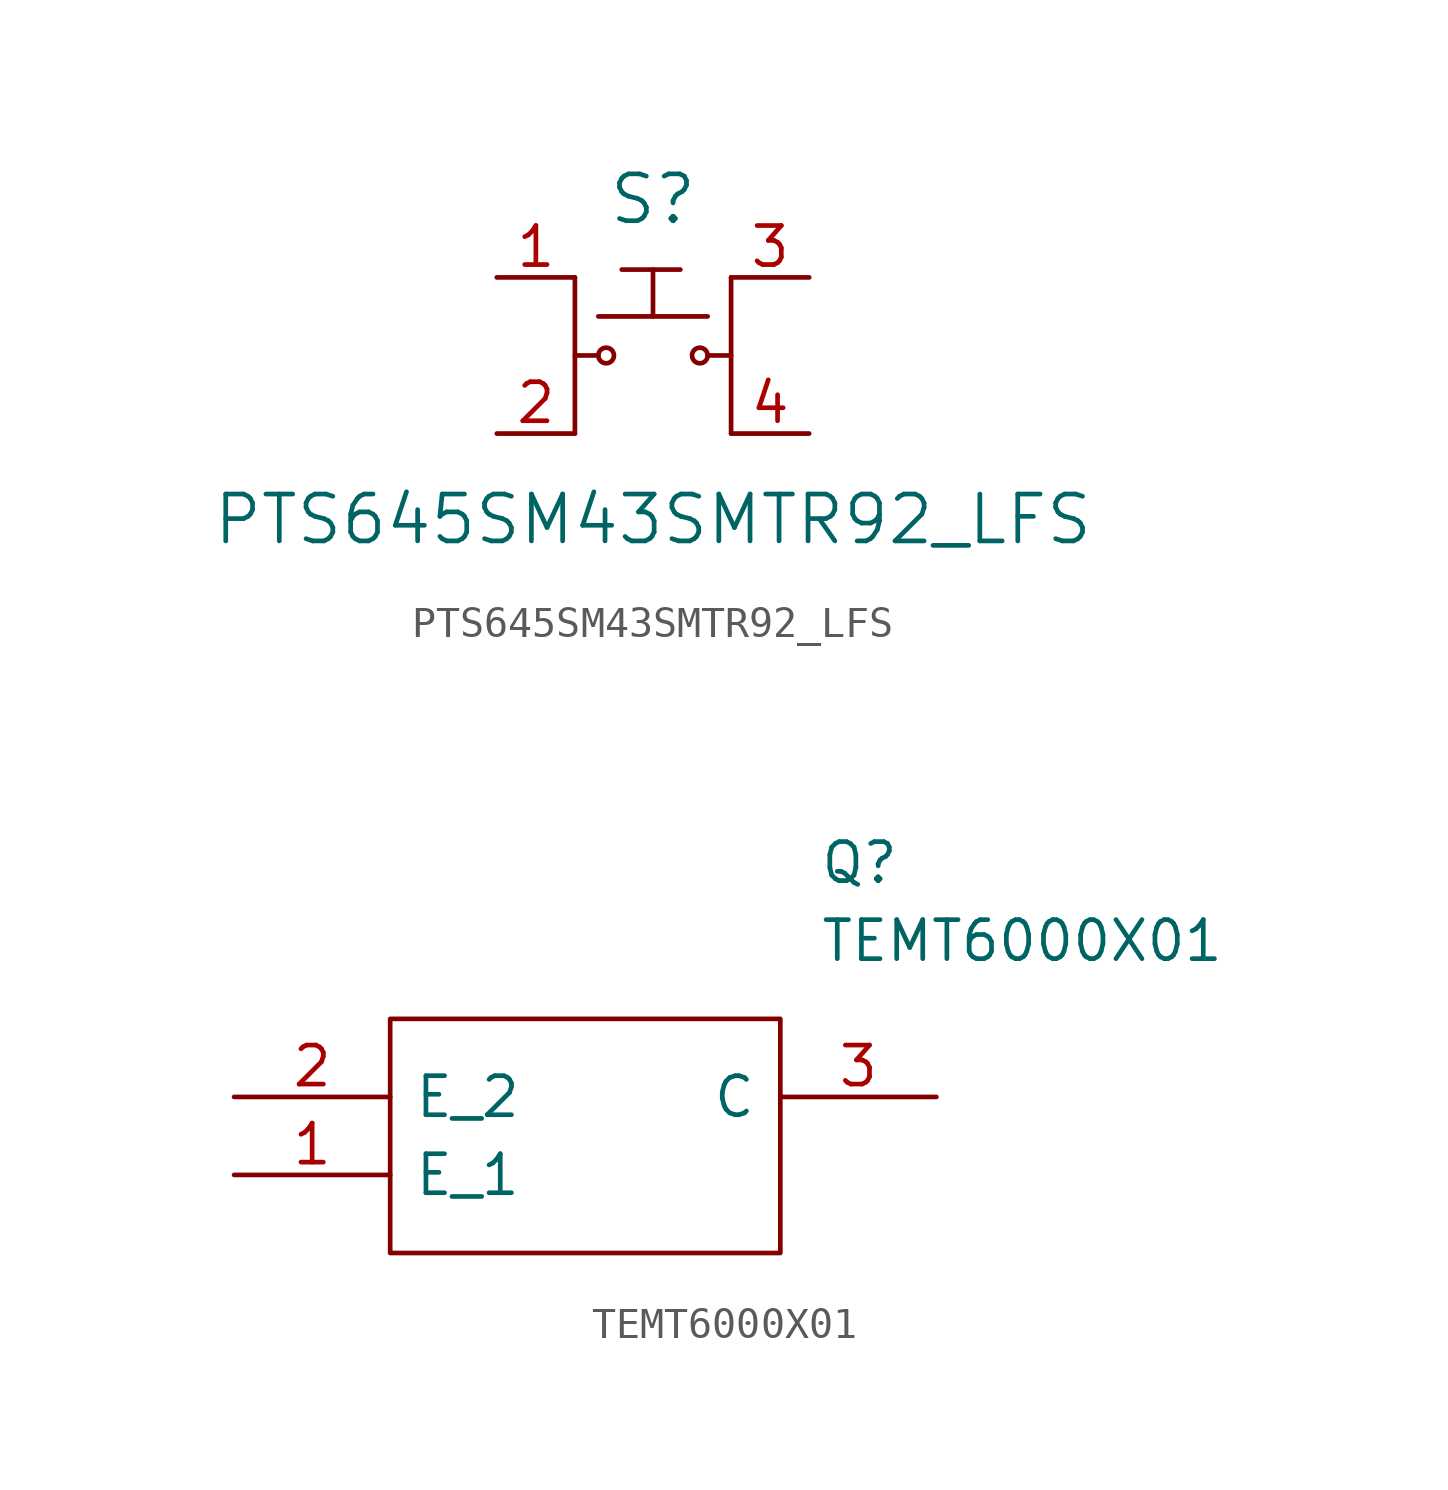
<source format=kicad_sym>
(kicad_symbol_lib
  (version 20211014)
  (generator kicad_symbol_editor)
  (symbol "PTS645SM43SMTR92_LFS"
    (pin_names
      (offset 1.016))
    (property "Reference" "S"
      (at 0 5.08 0)
      (effects (font (size 1.524 1.524))))
    (property "Value" "PTS645SM43SMTR92_LFS"
      (at 0 -5.334 0)
      (effects (font (size 1.524 1.524))))
    (symbol "PTS645SM43SMTR92_LFS_0_1"
      (circle (center -1.524 0) (radius 0.254) (stroke (width 0) (type default) (color 0 0 0 0)) (fill (type none)))
      (polyline (pts (xy -2.54 2.54) (xy -2.54 -2.54)) (stroke (width 0) (type default) (color 0 0 0 0)) (fill (type none)))
      (polyline (pts (xy -1.778 0) (xy -2.54 0)) (stroke (width 0) (type default) (color 0 0 0 0)) (fill (type none)))
      (polyline (pts (xy -1.778 1.27) (xy 1.778 1.27)) (stroke (width 0) (type default) (color 0 0 0 0)) (fill (type none)))
      (polyline (pts (xy 2.54 -2.54) (xy 2.54 2.54)) (stroke (width 0) (type default) (color 0 0 0 0)) (fill (type none)))
      (polyline (pts (xy 2.54 0) (xy 1.778 0)) (stroke (width 0) (type default) (color 0 0 0 0)) (fill (type none)))
      (circle (center 1.524 0) (radius 0.254) (stroke (width 0) (type default) (color 0 0 0 0)) (fill (type none))))
    (symbol "PTS645SM43SMTR92_LFS_1_1"
      (polyline (pts (xy -1.016 2.794) (xy 0.889 2.794)) (stroke (width 0) (type default) (color 0 0 0 0)) (fill (type none)))
      (polyline (pts (xy 0 2.794) (xy 0 1.27)) (stroke (width 0) (type default) (color 0 0 0 0)) (fill (type none)))
      (pin passive line (at -5.08 2.54 0) (length 2.54) (name "~" (effects (font (size 1.27 1.27)))) (number "1" (effects (font (size 1.27 1.27)))))
      (pin passive line (at -5.08 -2.54 0) (length 2.54) (name "~" (effects (font (size 1.27 1.27)))) (number "2" (effects (font (size 1.27 1.27)))))
      (pin passive line (at 5.08 2.54 180) (length 2.54) (name "~" (effects (font (size 1.27 1.27)))) (number "3" (effects (font (size 1.27 1.27)))))
      (pin passive line (at 5.08 -2.54 180) (length 2.54) (name "~" (effects (font (size 1.27 1.27)))) (number "4" (effects (font (size 1.27 1.27)))))))
  (symbol "TEMT6000X01"
    (pin_names
      (offset 0.762))
    (property "Reference" "Q"
      (at 19.05 7.62 0)
      (effects (font (size 1.27 1.27)) (justify left)))
    (property "Value" "TEMT6000X01"
      (at 19.05 5.08 0)
      (effects (font (size 1.27 1.27)) (justify left)))
    (symbol "TEMT6000X01_0_0"
      (pin passive line (at 0 -2.54 0) (length 5.08) (name "E_1" (effects (font (size 1.27 1.27)))) (number "1" (effects (font (size 1.27 1.27)))))
      (pin passive line (at 0 0 0) (length 5.08) (name "E_2" (effects (font (size 1.27 1.27)))) (number "2" (effects (font (size 1.27 1.27)))))
      (pin passive line (at 22.86 0 180) (length 5.08) (name "C" (effects (font (size 1.27 1.27)))) (number "3" (effects (font (size 1.27 1.27))))))
    (symbol "TEMT6000X01_0_1"
      (polyline (pts (xy 5.08 2.54) (xy 17.78 2.54) (xy 17.78 -5.08) (xy 5.08 -5.08) (xy 5.08 2.54)) (stroke (width 0.152) (type default) (color 0 0 0 0)) (fill (type none))))))
</source>
